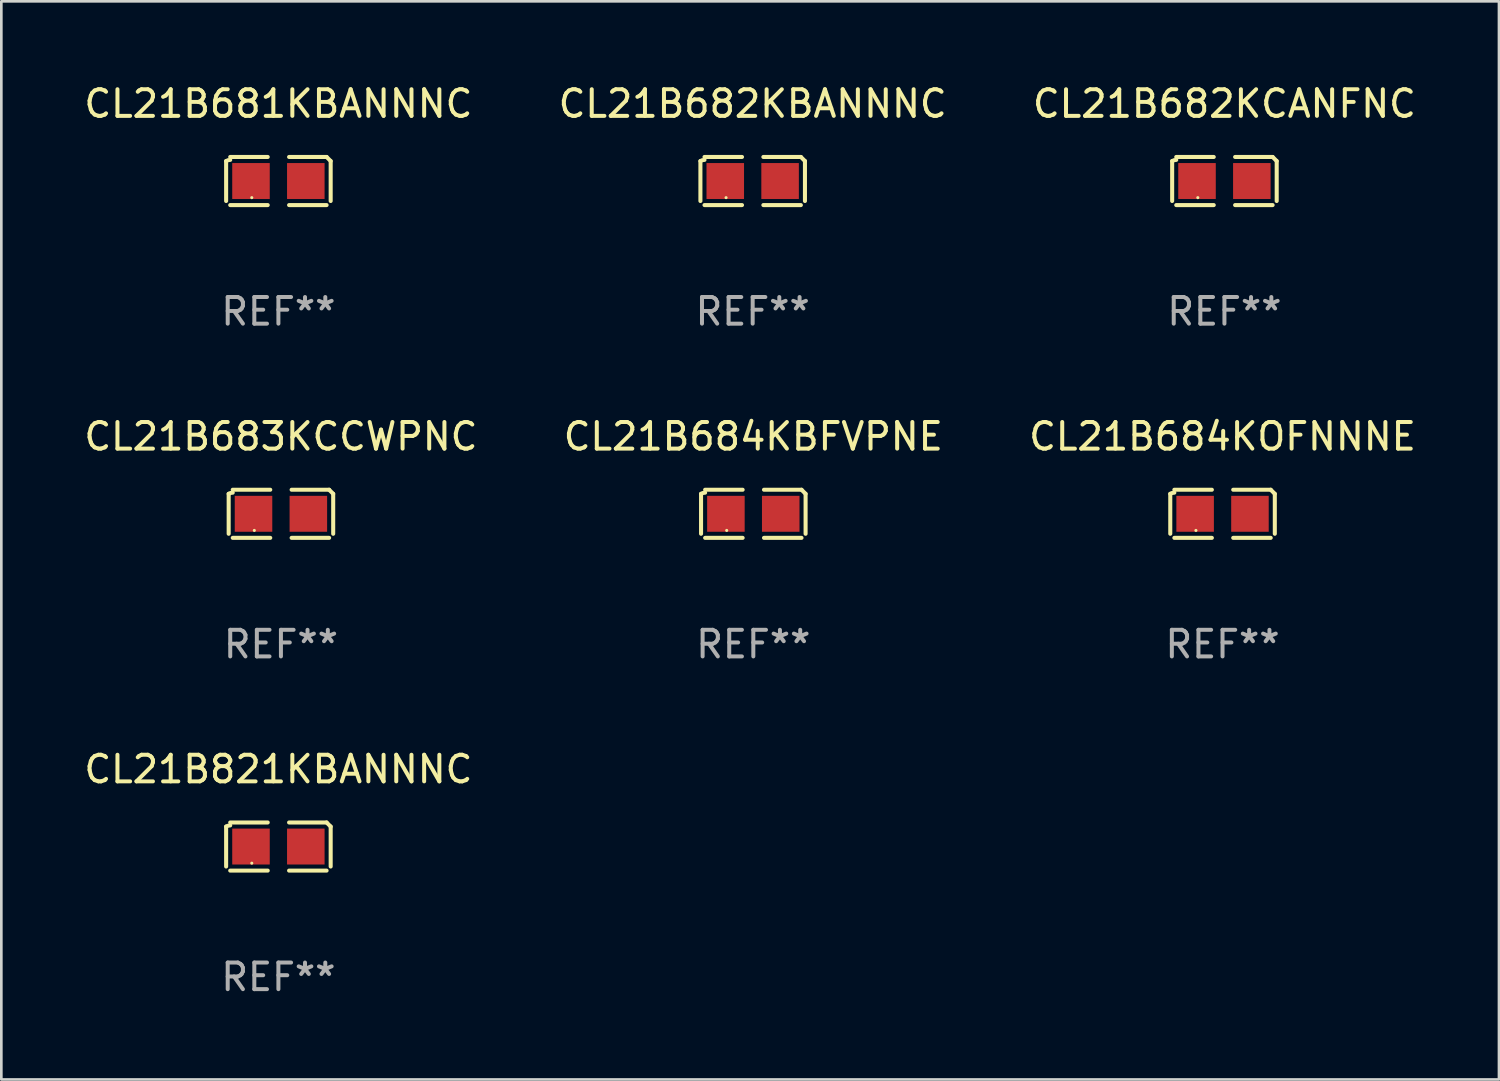
<source format=kicad_pcb>
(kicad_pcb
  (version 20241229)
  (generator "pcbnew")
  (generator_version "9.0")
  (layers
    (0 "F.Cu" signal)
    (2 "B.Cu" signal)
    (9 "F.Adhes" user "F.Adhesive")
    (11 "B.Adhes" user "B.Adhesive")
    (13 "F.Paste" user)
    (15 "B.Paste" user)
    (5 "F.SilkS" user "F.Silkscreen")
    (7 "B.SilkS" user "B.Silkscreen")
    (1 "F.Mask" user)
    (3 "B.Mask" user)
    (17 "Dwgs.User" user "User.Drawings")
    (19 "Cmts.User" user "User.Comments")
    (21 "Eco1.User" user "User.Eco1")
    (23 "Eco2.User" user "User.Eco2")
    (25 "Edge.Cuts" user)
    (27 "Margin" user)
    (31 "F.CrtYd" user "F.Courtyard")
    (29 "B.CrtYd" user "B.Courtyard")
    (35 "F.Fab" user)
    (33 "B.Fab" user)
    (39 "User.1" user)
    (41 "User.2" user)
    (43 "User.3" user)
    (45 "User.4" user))
  (footprint "CL21B682KCANFNC"
    (layer "F.Cu")
    (at 42.958 3.752)
    (property "Reference" "CL21B682KCANFNC" (at 0 -2.904 0) (layer "F.SilkS") (effects (font (size 1 1) (thickness 0.15))))
    (attr through_hole)
    (fp_line (start -1.964 0.751) (end -1.964 -0.751) (stroke (width 0.152) (type solid)) (layer "F.SilkS"))
    (fp_line (start -1.811 -0.904) (end -0.401 -0.904) (stroke (width 0.152) (type solid)) (layer "F.SilkS"))
    (fp_line (start -0.401 0.904) (end -1.811 0.904) (stroke (width 0.152) (type solid)) (layer "F.SilkS"))
    (fp_line (start 0.401 0.904) (end 1.811 0.904) (stroke (width 0.152) (type solid)) (layer "F.SilkS"))
    (fp_line (start 1.811 -0.904) (end 0.401 -0.904) (stroke (width 0.152) (type solid)) (layer "F.SilkS"))
    (fp_line (start 1.964 0.751) (end 1.964 -0.751) (stroke (width 0.152) (type solid)) (layer "F.SilkS"))
    (fp_arc (start -1.963602 -0.751207) (mid -1.890354 -0.783131) (end -1.811201 -0.794044) (stroke (width 0.1524) (type solid)) (layer "F.SilkS"))
    (fp_arc (start 1.811202 -0.903607) (mid 1.887413 -0.827418) (end 1.963602 -0.751207) (stroke (width 0.1524) (type solid)) (layer "F.SilkS"))
    (fp_circle (center -1 0.625) (end -0.97 0.625) (stroke (width 0.06) (type solid)) (fill no) (layer "F.SilkS"))
    (fp_text user "REF**" (at 0 4.904 0) (layer "F.Fab") (effects (font (size 1 1) (thickness 0.15))))
    (pad "1" smd rect (at -1.03 0) (size 1.41 1.35) (layers "F.Cu" "F.Mask" "F.Paste"))
    (pad "2" smd rect (at 1.03 0) (size 1.41 1.35) (layers "F.Cu" "F.Mask" "F.Paste")))
  (footprint "CL21B684KOFNNNE"
    (layer "F.Cu")
    (at 42.887 16.256)
    (property "Reference" "CL21B684KOFNNNE" (at 0 -2.904 0) (layer "F.SilkS") (effects (font (size 1 1) (thickness 0.15))))
    (attr through_hole)
    (fp_line (start -1.964 0.751) (end -1.964 -0.751) (stroke (width 0.152) (type solid)) (layer "F.SilkS"))
    (fp_line (start -1.811 -0.904) (end -0.401 -0.904) (stroke (width 0.152) (type solid)) (layer "F.SilkS"))
    (fp_line (start -0.401 0.904) (end -1.811 0.904) (stroke (width 0.152) (type solid)) (layer "F.SilkS"))
    (fp_line (start 0.401 0.904) (end 1.811 0.904) (stroke (width 0.152) (type solid)) (layer "F.SilkS"))
    (fp_line (start 1.811 -0.904) (end 0.401 -0.904) (stroke (width 0.152) (type solid)) (layer "F.SilkS"))
    (fp_line (start 1.964 0.751) (end 1.964 -0.751) (stroke (width 0.152) (type solid)) (layer "F.SilkS"))
    (fp_arc (start -1.963602 -0.751207) (mid -1.890354 -0.783131) (end -1.811201 -0.794044) (stroke (width 0.1524) (type solid)) (layer "F.SilkS"))
    (fp_arc (start 1.811202 -0.903607) (mid 1.887413 -0.827418) (end 1.963602 -0.751207) (stroke (width 0.1524) (type solid)) (layer "F.SilkS"))
    (fp_circle (center -1 0.625) (end -0.97 0.625) (stroke (width 0.06) (type solid)) (fill no) (layer "F.SilkS"))
    (fp_text user "REF**" (at 0 4.904 0) (layer "F.Fab") (effects (font (size 1 1) (thickness 0.15))))
    (pad "1" smd rect (at -1.03 0) (size 1.41 1.35) (layers "F.Cu" "F.Mask" "F.Paste"))
    (pad "2" smd rect (at 1.03 0) (size 1.41 1.35) (layers "F.Cu" "F.Mask" "F.Paste")))
  (footprint "CL21B683KCCWPNC"
    (layer "F.Cu")
    (at 7.506 16.256)
    (property "Reference" "CL21B683KCCWPNC" (at 0 -2.904 0) (layer "F.SilkS") (effects (font (size 1 1) (thickness 0.15))))
    (attr through_hole)
    (fp_line (start -1.964 0.751) (end -1.964 -0.751) (stroke (width 0.152) (type solid)) (layer "F.SilkS"))
    (fp_line (start -1.811 -0.904) (end -0.401 -0.904) (stroke (width 0.152) (type solid)) (layer "F.SilkS"))
    (fp_line (start -0.401 0.904) (end -1.811 0.904) (stroke (width 0.152) (type solid)) (layer "F.SilkS"))
    (fp_line (start 0.401 0.904) (end 1.811 0.904) (stroke (width 0.152) (type solid)) (layer "F.SilkS"))
    (fp_line (start 1.811 -0.904) (end 0.401 -0.904) (stroke (width 0.152) (type solid)) (layer "F.SilkS"))
    (fp_line (start 1.964 0.751) (end 1.964 -0.751) (stroke (width 0.152) (type solid)) (layer "F.SilkS"))
    (fp_arc (start -1.963602 -0.751207) (mid -1.890354 -0.783131) (end -1.811201 -0.794044) (stroke (width 0.1524) (type solid)) (layer "F.SilkS"))
    (fp_arc (start 1.811202 -0.903607) (mid 1.887413 -0.827418) (end 1.963602 -0.751207) (stroke (width 0.1524) (type solid)) (layer "F.SilkS"))
    (fp_circle (center -1 0.625) (end -0.97 0.625) (stroke (width 0.06) (type solid)) (fill no) (layer "F.SilkS"))
    (fp_text user "REF**" (at 0 4.904 0) (layer "F.Fab") (effects (font (size 1 1) (thickness 0.15))))
    (pad "1" smd rect (at -1.03 0) (size 1.41 1.35) (layers "F.Cu" "F.Mask" "F.Paste"))
    (pad "2" smd rect (at 1.03 0) (size 1.41 1.35) (layers "F.Cu" "F.Mask" "F.Paste")))
  (footprint "CL21B682KBANNNC"
    (layer "F.Cu")
    (at 25.232 3.752)
    (property "Reference" "CL21B682KBANNNC" (at 0 -2.904 0) (layer "F.SilkS") (effects (font (size 1 1) (thickness 0.15))))
    (attr through_hole)
    (fp_line (start -1.964 0.751) (end -1.964 -0.751) (stroke (width 0.152) (type solid)) (layer "F.SilkS"))
    (fp_line (start -1.811 -0.904) (end -0.401 -0.904) (stroke (width 0.152) (type solid)) (layer "F.SilkS"))
    (fp_line (start -0.401 0.904) (end -1.811 0.904) (stroke (width 0.152) (type solid)) (layer "F.SilkS"))
    (fp_line (start 0.401 0.904) (end 1.811 0.904) (stroke (width 0.152) (type solid)) (layer "F.SilkS"))
    (fp_line (start 1.811 -0.904) (end 0.401 -0.904) (stroke (width 0.152) (type solid)) (layer "F.SilkS"))
    (fp_line (start 1.964 0.751) (end 1.964 -0.751) (stroke (width 0.152) (type solid)) (layer "F.SilkS"))
    (fp_arc (start -1.963602 -0.751207) (mid -1.890354 -0.783131) (end -1.811201 -0.794044) (stroke (width 0.1524) (type solid)) (layer "F.SilkS"))
    (fp_arc (start 1.811202 -0.903607) (mid 1.887413 -0.827418) (end 1.963602 -0.751207) (stroke (width 0.1524) (type solid)) (layer "F.SilkS"))
    (fp_circle (center -1 0.625) (end -0.97 0.625) (stroke (width 0.06) (type solid)) (fill no) (layer "F.SilkS"))
    (fp_text user "REF**" (at 0 4.904 0) (layer "F.Fab") (effects (font (size 1 1) (thickness 0.15))))
    (pad "1" smd rect (at -1.03 0) (size 1.41 1.35) (layers "F.Cu" "F.Mask" "F.Paste"))
    (pad "2" smd rect (at 1.03 0) (size 1.41 1.35) (layers "F.Cu" "F.Mask" "F.Paste")))
  (footprint "CL21B821KBANNNC"
    (layer "F.Cu")
    (at 7.411 28.759)
    (property "Reference" "CL21B821KBANNNC" (at 0 -2.904 0) (layer "F.SilkS") (effects (font (size 1 1) (thickness 0.15))))
    (attr through_hole)
    (fp_line (start -1.964 0.751) (end -1.964 -0.751) (stroke (width 0.152) (type solid)) (layer "F.SilkS"))
    (fp_line (start -1.811 -0.904) (end -0.401 -0.904) (stroke (width 0.152) (type solid)) (layer "F.SilkS"))
    (fp_line (start -0.401 0.904) (end -1.811 0.904) (stroke (width 0.152) (type solid)) (layer "F.SilkS"))
    (fp_line (start 0.401 0.904) (end 1.811 0.904) (stroke (width 0.152) (type solid)) (layer "F.SilkS"))
    (fp_line (start 1.811 -0.904) (end 0.401 -0.904) (stroke (width 0.152) (type solid)) (layer "F.SilkS"))
    (fp_line (start 1.964 0.751) (end 1.964 -0.751) (stroke (width 0.152) (type solid)) (layer "F.SilkS"))
    (fp_arc (start -1.963602 -0.751207) (mid -1.890354 -0.783131) (end -1.811201 -0.794044) (stroke (width 0.1524) (type solid)) (layer "F.SilkS"))
    (fp_arc (start 1.811202 -0.903607) (mid 1.887413 -0.827418) (end 1.963602 -0.751207) (stroke (width 0.1524) (type solid)) (layer "F.SilkS"))
    (fp_circle (center -1 0.625) (end -0.97 0.625) (stroke (width 0.06) (type solid)) (fill no) (layer "F.SilkS"))
    (fp_text user "REF**" (at 0 4.904 0) (layer "F.Fab") (effects (font (size 1 1) (thickness 0.15))))
    (pad "1" smd rect (at -1.03 0) (size 1.41 1.35) (layers "F.Cu" "F.Mask" "F.Paste"))
    (pad "2" smd rect (at 1.03 0) (size 1.41 1.35) (layers "F.Cu" "F.Mask" "F.Paste")))
  (footprint "CL21B684KBFVPNE"
    (layer "F.Cu")
    (at 25.256 16.256)
    (property "Reference" "CL21B684KBFVPNE" (at 0 -2.904 0) (layer "F.SilkS") (effects (font (size 1 1) (thickness 0.15))))
    (attr through_hole)
    (fp_line (start -1.964 0.751) (end -1.964 -0.751) (stroke (width 0.152) (type solid)) (layer "F.SilkS"))
    (fp_line (start -1.811 -0.904) (end -0.401 -0.904) (stroke (width 0.152) (type solid)) (layer "F.SilkS"))
    (fp_line (start -0.401 0.904) (end -1.811 0.904) (stroke (width 0.152) (type solid)) (layer "F.SilkS"))
    (fp_line (start 0.401 0.904) (end 1.811 0.904) (stroke (width 0.152) (type solid)) (layer "F.SilkS"))
    (fp_line (start 1.811 -0.904) (end 0.401 -0.904) (stroke (width 0.152) (type solid)) (layer "F.SilkS"))
    (fp_line (start 1.964 0.751) (end 1.964 -0.751) (stroke (width 0.152) (type solid)) (layer "F.SilkS"))
    (fp_arc (start -1.963602 -0.751207) (mid -1.890354 -0.783131) (end -1.811201 -0.794044) (stroke (width 0.1524) (type solid)) (layer "F.SilkS"))
    (fp_arc (start 1.811202 -0.903607) (mid 1.887413 -0.827418) (end 1.963602 -0.751207) (stroke (width 0.1524) (type solid)) (layer "F.SilkS"))
    (fp_circle (center -1 0.625) (end -0.97 0.625) (stroke (width 0.06) (type solid)) (fill no) (layer "F.SilkS"))
    (fp_text user "REF**" (at 0 4.904 0) (layer "F.Fab") (effects (font (size 1 1) (thickness 0.15))))
    (pad "1" smd rect (at -1.03 0) (size 1.41 1.35) (layers "F.Cu" "F.Mask" "F.Paste"))
    (pad "2" smd rect (at 1.03 0) (size 1.41 1.35) (layers "F.Cu" "F.Mask" "F.Paste")))
  (footprint "CL21B681KBANNNC"
    (layer "F.Cu")
    (at 7.411 3.752)
    (property "Reference" "CL21B681KBANNNC" (at 0 -2.904 0) (layer "F.SilkS") (effects (font (size 1 1) (thickness 0.15))))
    (attr through_hole)
    (fp_line (start -1.964 0.751) (end -1.964 -0.751) (stroke (width 0.152) (type solid)) (layer "F.SilkS"))
    (fp_line (start -1.811 -0.904) (end -0.401 -0.904) (stroke (width 0.152) (type solid)) (layer "F.SilkS"))
    (fp_line (start -0.401 0.904) (end -1.811 0.904) (stroke (width 0.152) (type solid)) (layer "F.SilkS"))
    (fp_line (start 0.401 0.904) (end 1.811 0.904) (stroke (width 0.152) (type solid)) (layer "F.SilkS"))
    (fp_line (start 1.811 -0.904) (end 0.401 -0.904) (stroke (width 0.152) (type solid)) (layer "F.SilkS"))
    (fp_line (start 1.964 0.751) (end 1.964 -0.751) (stroke (width 0.152) (type solid)) (layer "F.SilkS"))
    (fp_arc (start -1.963602 -0.751207) (mid -1.890354 -0.783131) (end -1.811201 -0.794044) (stroke (width 0.1524) (type solid)) (layer "F.SilkS"))
    (fp_arc (start 1.811202 -0.903607) (mid 1.887413 -0.827418) (end 1.963602 -0.751207) (stroke (width 0.1524) (type solid)) (layer "F.SilkS"))
    (fp_circle (center -1 0.625) (end -0.97 0.625) (stroke (width 0.06) (type solid)) (fill no) (layer "F.SilkS"))
    (fp_text user "REF**" (at 0 4.904 0) (layer "F.Fab") (effects (font (size 1 1) (thickness 0.15))))
    (pad "1" smd rect (at -1.03 0) (size 1.41 1.35) (layers "F.Cu" "F.Mask" "F.Paste"))
    (pad "2" smd rect (at 1.03 0) (size 1.41 1.35) (layers "F.Cu" "F.Mask" "F.Paste")))
  (gr_rect
    (start -3 -3)
    (end 53.274 37.511)
    (stroke (width 0.1) (type default))
    (fill no)
    (layer "Edge.Cuts")))
</source>
